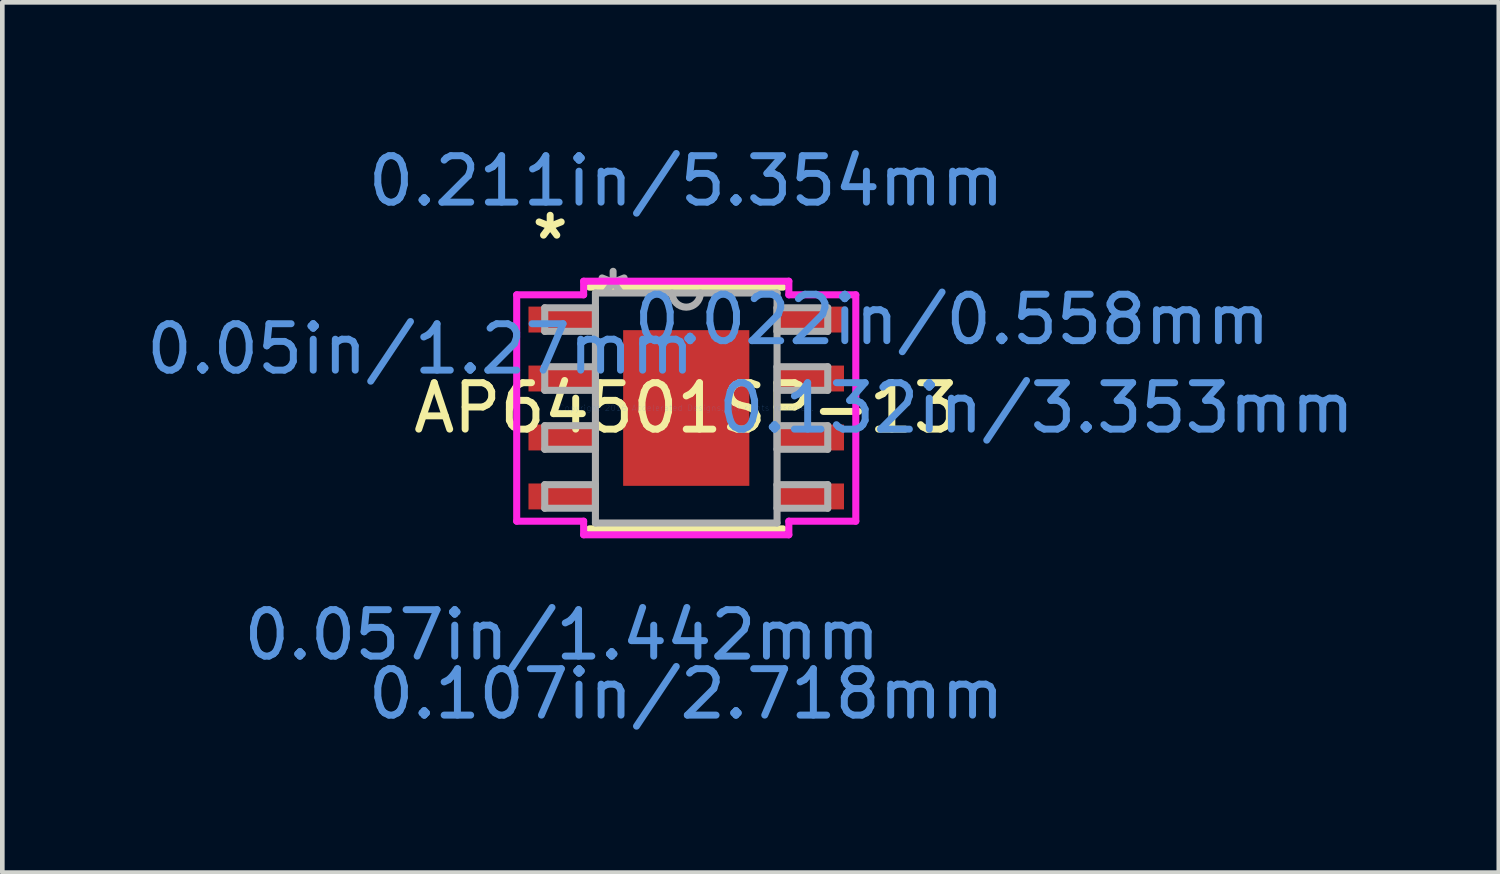
<source format=kicad_pcb>
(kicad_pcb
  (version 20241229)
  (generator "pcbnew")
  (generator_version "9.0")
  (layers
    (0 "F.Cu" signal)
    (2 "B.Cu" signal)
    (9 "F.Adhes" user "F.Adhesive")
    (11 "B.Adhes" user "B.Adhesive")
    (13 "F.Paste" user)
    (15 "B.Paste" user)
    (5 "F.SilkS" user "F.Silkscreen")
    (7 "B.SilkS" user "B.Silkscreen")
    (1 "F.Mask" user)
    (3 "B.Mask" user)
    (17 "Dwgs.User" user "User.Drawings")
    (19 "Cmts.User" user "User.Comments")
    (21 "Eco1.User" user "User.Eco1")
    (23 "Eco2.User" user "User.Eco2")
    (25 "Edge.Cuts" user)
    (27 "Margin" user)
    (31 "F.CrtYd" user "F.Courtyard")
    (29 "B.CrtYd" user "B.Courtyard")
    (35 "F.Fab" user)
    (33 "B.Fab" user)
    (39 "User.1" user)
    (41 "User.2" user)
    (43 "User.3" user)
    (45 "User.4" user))
  (footprint "AP64501SP-13"
    (layer "F.Cu")
    (at 11.731 5.738)
    (property "Reference" "AP64501SP-13" (at 0 0 0) (layer "F.SilkS") (effects (font (size 1 1) (thickness 0.15))))
    (attr through_hole)
    (fp_line (start -2.083 2.603) (end 2.083 2.603) (stroke (width 0.152) (type solid)) (layer "F.SilkS"))
    (fp_line (start 2.083 -2.603) (end -2.083 -2.603) (stroke (width 0.152) (type solid)) (layer "F.SilkS"))
    (fp_line (start -3.652 -2.438) (end -2.21 -2.438) (stroke (width 0.152) (type solid)) (layer "F.CrtYd"))
    (fp_line (start -3.652 2.438) (end -3.652 -2.438) (stroke (width 0.152) (type solid)) (layer "F.CrtYd"))
    (fp_line (start -3.652 2.438) (end -2.21 2.438) (stroke (width 0.152) (type solid)) (layer "F.CrtYd"))
    (fp_line (start -2.21 -2.731) (end 2.21 -2.731) (stroke (width 0.152) (type solid)) (layer "F.CrtYd"))
    (fp_line (start -2.21 -2.438) (end -2.21 -2.731) (stroke (width 0.152) (type solid)) (layer "F.CrtYd"))
    (fp_line (start -2.21 2.731) (end -2.21 2.438) (stroke (width 0.152) (type solid)) (layer "F.CrtYd"))
    (fp_line (start 2.21 -2.731) (end 2.21 -2.438) (stroke (width 0.152) (type solid)) (layer "F.CrtYd"))
    (fp_line (start 2.21 2.438) (end 2.21 2.731) (stroke (width 0.152) (type solid)) (layer "F.CrtYd"))
    (fp_line (start 2.21 2.731) (end -2.21 2.731) (stroke (width 0.152) (type solid)) (layer "F.CrtYd"))
    (fp_line (start 3.652 -2.438) (end 2.21 -2.438) (stroke (width 0.152) (type solid)) (layer "F.CrtYd"))
    (fp_line (start 3.652 -2.438) (end 3.652 2.438) (stroke (width 0.152) (type solid)) (layer "F.CrtYd"))
    (fp_line (start 3.652 2.438) (end 2.21 2.438) (stroke (width 0.152) (type solid)) (layer "F.CrtYd"))
    (fp_line (start -3.048 -2.159) (end -3.048 -1.651) (stroke (width 0.152) (type solid)) (layer "F.Fab"))
    (fp_line (start -3.048 -1.651) (end -1.956 -1.651) (stroke (width 0.152) (type solid)) (layer "F.Fab"))
    (fp_line (start -3.048 -0.889) (end -3.048 -0.381) (stroke (width 0.152) (type solid)) (layer "F.Fab"))
    (fp_line (start -3.048 -0.381) (end -1.956 -0.381) (stroke (width 0.152) (type solid)) (layer "F.Fab"))
    (fp_line (start -3.048 0.381) (end -3.048 0.889) (stroke (width 0.152) (type solid)) (layer "F.Fab"))
    (fp_line (start -3.048 0.889) (end -1.956 0.889) (stroke (width 0.152) (type solid)) (layer "F.Fab"))
    (fp_line (start -3.048 1.651) (end -3.048 2.159) (stroke (width 0.152) (type solid)) (layer "F.Fab"))
    (fp_line (start -3.048 2.159) (end -1.956 2.159) (stroke (width 0.152) (type solid)) (layer "F.Fab"))
    (fp_line (start -1.956 -2.477) (end -1.956 2.477) (stroke (width 0.152) (type solid)) (layer "F.Fab"))
    (fp_line (start -1.956 -2.159) (end -3.048 -2.159) (stroke (width 0.152) (type solid)) (layer "F.Fab"))
    (fp_line (start -1.956 -1.651) (end -1.956 -2.159) (stroke (width 0.152) (type solid)) (layer "F.Fab"))
    (fp_line (start -1.956 -0.889) (end -3.048 -0.889) (stroke (width 0.152) (type solid)) (layer "F.Fab"))
    (fp_line (start -1.956 -0.381) (end -1.956 -0.889) (stroke (width 0.152) (type solid)) (layer "F.Fab"))
    (fp_line (start -1.956 0.381) (end -3.048 0.381) (stroke (width 0.152) (type solid)) (layer "F.Fab"))
    (fp_line (start -1.956 0.889) (end -1.956 0.381) (stroke (width 0.152) (type solid)) (layer "F.Fab"))
    (fp_line (start -1.956 1.651) (end -3.048 1.651) (stroke (width 0.152) (type solid)) (layer "F.Fab"))
    (fp_line (start -1.956 2.159) (end -1.956 1.651) (stroke (width 0.152) (type solid)) (layer "F.Fab"))
    (fp_line (start -1.956 2.477) (end 1.956 2.477) (stroke (width 0.152) (type solid)) (layer "F.Fab"))
    (fp_line (start 1.956 -2.477) (end -1.956 -2.477) (stroke (width 0.152) (type solid)) (layer "F.Fab"))
    (fp_line (start 1.956 -2.159) (end 1.956 -1.651) (stroke (width 0.152) (type solid)) (layer "F.Fab"))
    (fp_line (start 1.956 -1.651) (end 3.048 -1.651) (stroke (width 0.152) (type solid)) (layer "F.Fab"))
    (fp_line (start 1.956 -0.889) (end 1.956 -0.381) (stroke (width 0.152) (type solid)) (layer "F.Fab"))
    (fp_line (start 1.956 -0.381) (end 3.048 -0.381) (stroke (width 0.152) (type solid)) (layer "F.Fab"))
    (fp_line (start 1.956 0.381) (end 1.956 0.889) (stroke (width 0.152) (type solid)) (layer "F.Fab"))
    (fp_line (start 1.956 0.889) (end 3.048 0.889) (stroke (width 0.152) (type solid)) (layer "F.Fab"))
    (fp_line (start 1.956 1.651) (end 1.956 2.159) (stroke (width 0.152) (type solid)) (layer "F.Fab"))
    (fp_line (start 1.956 2.159) (end 3.048 2.159) (stroke (width 0.152) (type solid)) (layer "F.Fab"))
    (fp_line (start 1.956 2.477) (end 1.956 -2.477) (stroke (width 0.152) (type solid)) (layer "F.Fab"))
    (fp_line (start 3.048 -2.159) (end 1.956 -2.159) (stroke (width 0.152) (type solid)) (layer "F.Fab"))
    (fp_line (start 3.048 -1.651) (end 3.048 -2.159) (stroke (width 0.152) (type solid)) (layer "F.Fab"))
    (fp_line (start 3.048 -0.889) (end 1.956 -0.889) (stroke (width 0.152) (type solid)) (layer "F.Fab"))
    (fp_line (start 3.048 -0.381) (end 3.048 -0.889) (stroke (width 0.152) (type solid)) (layer "F.Fab"))
    (fp_line (start 3.048 0.381) (end 1.956 0.381) (stroke (width 0.152) (type solid)) (layer "F.Fab"))
    (fp_line (start 3.048 0.889) (end 3.048 0.381) (stroke (width 0.152) (type solid)) (layer "F.Fab"))
    (fp_line (start 3.048 1.651) (end 1.956 1.651) (stroke (width 0.152) (type solid)) (layer "F.Fab"))
    (fp_line (start 3.048 2.159) (end 3.048 1.651) (stroke (width 0.152) (type solid)) (layer "F.Fab"))
    (fp_arc (start 0.3048 -2.4765) (mid 0 -2.1717) (end -0.3048 -2.4765) (stroke (width 0.1524) (type solid)) (layer "F.Fab"))
    (fp_text user "*" (at -2.931 -3.606 0) (layer "F.SilkS") (effects (font (size 1 1) (thickness 0.15))))
    (fp_text user "0.107in/2.718mm" (at 0 6.16 0) (layer "Cmts.User") (effects (font (size 1 1) (thickness 0.15))))
    (fp_text user "0.211in/5.354mm" (at 0 -4.889 0) (layer "Cmts.User") (effects (font (size 1 1) (thickness 0.15))))
    (fp_text user "0.132in/3.353mm" (at 7.544 0 0) (layer "Cmts.User") (effects (font (size 1 1) (thickness 0.15))))
    (fp_text user "0.057in/1.442mm" (at -2.677 4.889 0) (layer "Cmts.User") (effects (font (size 1 1) (thickness 0.15))))
    (fp_text user "0.05in/1.27mm" (at -5.725 -1.27 0) (layer "Cmts.User") (effects (font (size 1 1) (thickness 0.15))))
    (fp_text user "0.022in/0.558mm" (at 5.725 -1.905 0) (layer "Cmts.User") (effects (font (size 1 1) (thickness 0.15))))
    (fp_text user "Copyright 2016 Accelerated Designs. All rights reserved." (at 0 0 0) (layer "Cmts.User") (effects (font (size 0.127 0.127) (thickness 0.002))))
    (fp_text user "*" (at -1.575 -2.4 0) (layer "F.Fab") (effects (font (size 1 1) (thickness 0.15))))
    (pad "1" smd rect (at -2.677 -1.905) (size 1.442 0.558) (layers "F.Cu" "F.Mask" "F.Paste"))
    (pad "2" smd rect (at -2.677 -0.635) (size 1.442 0.558) (layers "F.Cu" "F.Mask" "F.Paste"))
    (pad "3" smd rect (at -2.677 0.635) (size 1.442 0.558) (layers "F.Cu" "F.Mask" "F.Paste"))
    (pad "4" smd rect (at -2.677 1.905) (size 1.442 0.558) (layers "F.Cu" "F.Mask" "F.Paste"))
    (pad "5" smd rect (at 2.677 1.905) (size 1.442 0.558) (layers "F.Cu" "F.Mask" "F.Paste"))
    (pad "6" smd rect (at 2.677 0.635) (size 1.442 0.558) (layers "F.Cu" "F.Mask" "F.Paste"))
    (pad "7" smd rect (at 2.677 -0.635) (size 1.442 0.558) (layers "F.Cu" "F.Mask" "F.Paste"))
    (pad "8" smd rect (at 2.677 -1.905) (size 1.442 0.558) (layers "F.Cu" "F.Mask" "F.Paste"))
    (pad "EPAD" smd rect (at 0 0) (size 2.718 3.353) (layers "F.Cu" "F.Mask" "F.Paste")))
  (gr_rect
    (start -3 -3)
    (end 29.233 15.745)
    (stroke (width 0.1) (type default))
    (fill no)
    (layer "Edge.Cuts")))
</source>
